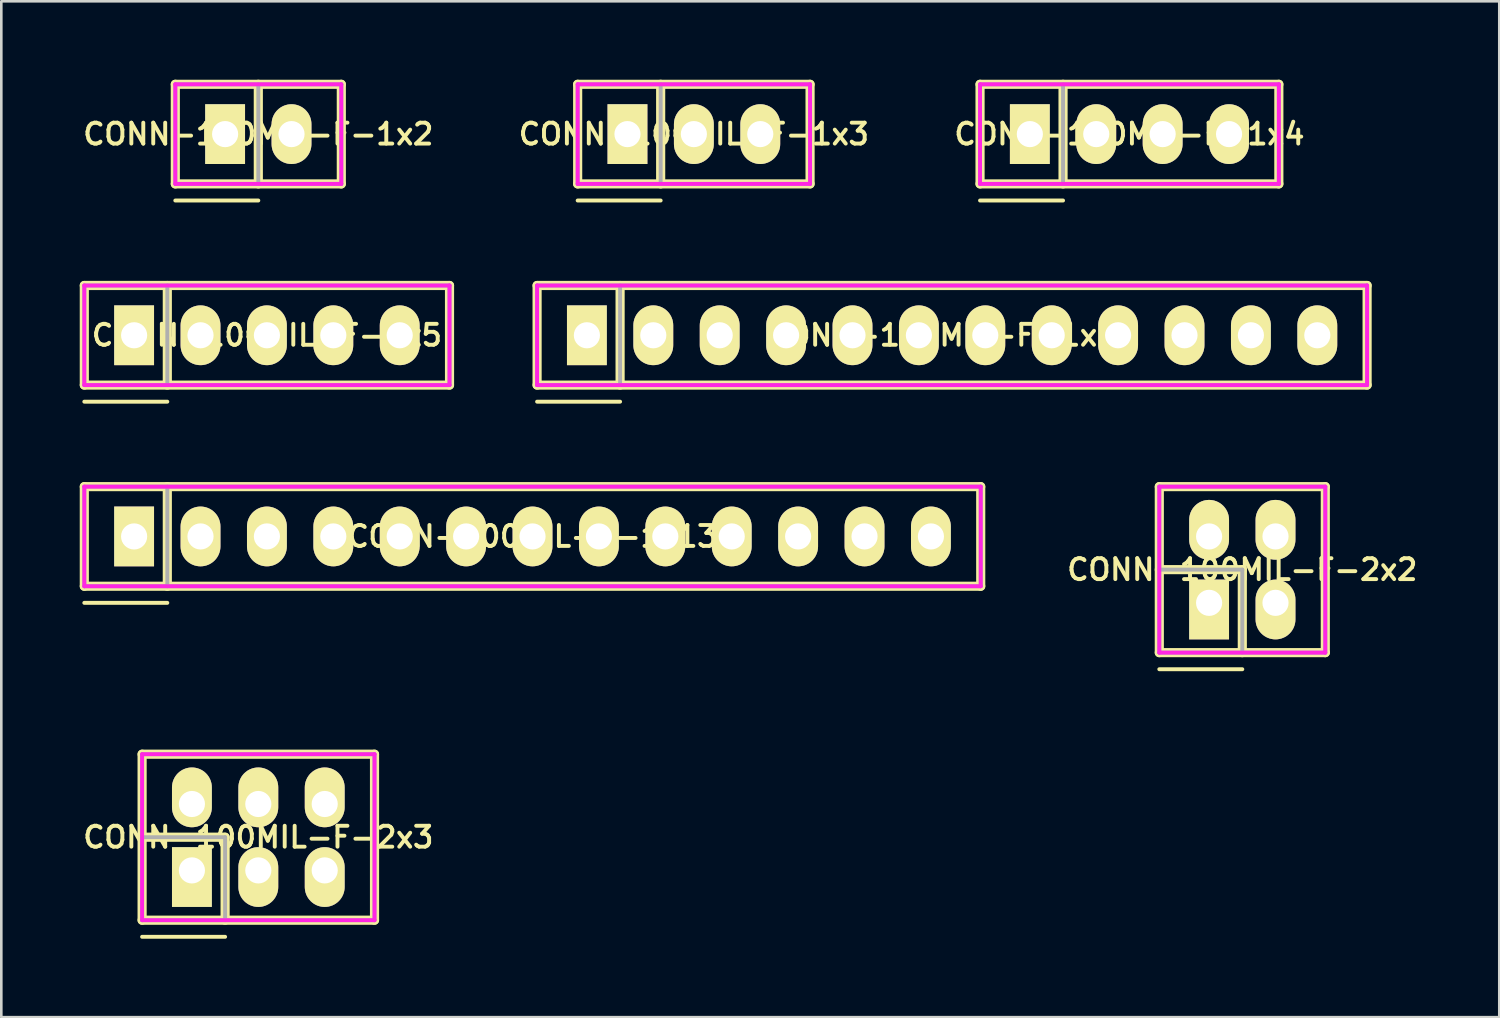
<source format=kicad_pcb>
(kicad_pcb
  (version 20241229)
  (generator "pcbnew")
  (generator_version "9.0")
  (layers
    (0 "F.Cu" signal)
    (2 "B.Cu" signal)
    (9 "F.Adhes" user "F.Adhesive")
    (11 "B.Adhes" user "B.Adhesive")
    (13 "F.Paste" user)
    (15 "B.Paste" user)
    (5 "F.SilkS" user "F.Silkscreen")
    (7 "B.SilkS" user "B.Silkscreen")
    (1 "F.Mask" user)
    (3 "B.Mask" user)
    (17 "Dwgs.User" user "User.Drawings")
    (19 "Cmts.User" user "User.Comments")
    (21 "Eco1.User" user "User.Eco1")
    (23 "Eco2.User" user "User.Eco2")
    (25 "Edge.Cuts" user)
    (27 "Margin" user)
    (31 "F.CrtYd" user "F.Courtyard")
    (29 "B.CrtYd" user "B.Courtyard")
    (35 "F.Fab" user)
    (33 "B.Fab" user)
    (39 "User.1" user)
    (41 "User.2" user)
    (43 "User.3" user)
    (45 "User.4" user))
  (footprint "CONN-100MIL-F-2x2"
    (layer "F.Cu")
    (at 44.471 18.74)
    (property "Reference" "CONN-100MIL-F-2x2" (at 0 0 0) (layer "F.SilkS") (effects (font (size 0.8 0.8) (thickness 0.15))))
    (attr through_hole)
    (fp_line (start -3.175 -3.175) (end 3.175 -3.175) (stroke (width 0.35) (type solid)) (layer "F.SilkS"))
    (fp_line (start -3.175 0) (end 0 0) (stroke (width 0.35) (type solid)) (layer "F.SilkS"))
    (fp_line (start -3.175 3.175) (end -3.175 -3.175) (stroke (width 0.35) (type solid)) (layer "F.SilkS"))
    (fp_line (start -3.175 3.81) (end 0 3.81) (stroke (width 0.15) (type solid)) (layer "F.SilkS"))
    (fp_line (start 0 0) (end 0 3.175) (stroke (width 0.35) (type solid)) (layer "F.SilkS"))
    (fp_line (start 3.175 -3.175) (end 3.175 3.175) (stroke (width 0.35) (type solid)) (layer "F.SilkS"))
    (fp_line (start 3.175 3.175) (end -3.175 3.175) (stroke (width 0.35) (type solid)) (layer "F.SilkS"))
    (fp_line (start -3.175 -3.175) (end 3.175 -3.175) (stroke (width 0.15) (type solid)) (layer "F.CrtYd"))
    (fp_line (start -3.175 3.175) (end -3.175 -3.175) (stroke (width 0.15) (type solid)) (layer "F.CrtYd"))
    (fp_line (start 3.175 -3.175) (end 3.175 3.175) (stroke (width 0.15) (type solid)) (layer "F.CrtYd"))
    (fp_line (start 3.175 3.175) (end -3.175 3.175) (stroke (width 0.15) (type solid)) (layer "F.CrtYd"))
    (fp_line (start -3.175 -3.175) (end 3.175 -3.175) (stroke (width 0.15) (type solid)) (layer "F.Fab"))
    (fp_line (start -3.175 0) (end 0 0) (stroke (width 0.15) (type solid)) (layer "F.Fab"))
    (fp_line (start -3.175 3.175) (end -3.175 -3.175) (stroke (width 0.15) (type solid)) (layer "F.Fab"))
    (fp_line (start 0 0) (end 0 3.175) (stroke (width 0.15) (type solid)) (layer "F.Fab"))
    (fp_line (start 3.175 -3.175) (end 3.175 3.175) (stroke (width 0.15) (type solid)) (layer "F.Fab"))
    (fp_line (start 3.175 3.175) (end -3.175 3.175) (stroke (width 0.15) (type solid)) (layer "F.Fab"))
    (pad "1" thru_hole rect (at -1.27 1.27) (size 1.524 2.286) (drill 1 (offset 0 0.254)) (layers "*.Cu" "*.Mask" "F.SilkS"))
    (pad "2" thru_hole oval (at -1.27 -1.27) (size 1.524 2.286) (drill 1 (offset 0 -0.254)) (layers "*.Cu" "*.Mask" "F.SilkS"))
    (pad "3" thru_hole oval (at 1.27 1.27) (size 1.524 2.286) (drill 1 (offset 0 0.254)) (layers "*.Cu" "*.Mask" "F.SilkS"))
    (pad "4" thru_hole oval (at 1.27 -1.27) (size 1.524 2.286) (drill 1 (offset 0 -0.254)) (layers "*.Cu" "*.Mask" "F.SilkS")))
  (footprint "CONN-100MIL-F-1x4"
    (layer "F.Cu")
    (at 40.154 2.08)
    (property "Reference" "CONN-100MIL-F-1x4" (at 0 0 0) (layer "F.SilkS") (effects (font (size 0.8 0.8) (thickness 0.15))))
    (attr through_hole)
    (fp_line (start -5.715 -1.905) (end 5.715 -1.905) (stroke (width 0.35) (type solid)) (layer "F.SilkS"))
    (fp_line (start -5.715 1.905) (end -5.715 -1.905) (stroke (width 0.35) (type solid)) (layer "F.SilkS"))
    (fp_line (start -5.715 2.54) (end -2.54 2.54) (stroke (width 0.15) (type solid)) (layer "F.SilkS"))
    (fp_line (start -2.54 -1.905) (end -2.54 1.905) (stroke (width 0.35) (type solid)) (layer "F.SilkS"))
    (fp_line (start 5.715 -1.905) (end 5.715 1.905) (stroke (width 0.35) (type solid)) (layer "F.SilkS"))
    (fp_line (start 5.715 1.905) (end -5.715 1.905) (stroke (width 0.35) (type solid)) (layer "F.SilkS"))
    (fp_line (start -5.715 -1.905) (end 5.715 -1.905) (stroke (width 0.15) (type solid)) (layer "F.CrtYd"))
    (fp_line (start -5.715 1.905) (end -5.715 -1.905) (stroke (width 0.15) (type solid)) (layer "F.CrtYd"))
    (fp_line (start 5.715 -1.905) (end 5.715 1.905) (stroke (width 0.15) (type solid)) (layer "F.CrtYd"))
    (fp_line (start 5.715 1.905) (end -5.715 1.905) (stroke (width 0.15) (type solid)) (layer "F.CrtYd"))
    (fp_line (start -5.715 -1.905) (end 5.715 -1.905) (stroke (width 0.15) (type solid)) (layer "F.Fab"))
    (fp_line (start -5.715 1.905) (end -5.715 -1.905) (stroke (width 0.15) (type solid)) (layer "F.Fab"))
    (fp_line (start -2.54 -1.905) (end -2.54 1.905) (stroke (width 0.15) (type solid)) (layer "F.Fab"))
    (fp_line (start 5.715 -1.905) (end 5.715 1.905) (stroke (width 0.15) (type solid)) (layer "F.Fab"))
    (fp_line (start 5.715 1.905) (end -5.715 1.905) (stroke (width 0.15) (type solid)) (layer "F.Fab"))
    (pad "1" thru_hole rect (at -3.81 0) (size 1.524 2.286) (drill 1) (layers "*.Cu" "*.Mask" "F.SilkS"))
    (pad "2" thru_hole oval (at -1.27 0) (size 1.524 2.286) (drill 1) (layers "*.Cu" "*.Mask" "F.SilkS"))
    (pad "3" thru_hole oval (at 1.27 0) (size 1.524 2.286) (drill 1) (layers "*.Cu" "*.Mask" "F.SilkS"))
    (pad "4" thru_hole oval (at 3.81 0) (size 1.524 2.286) (drill 1) (layers "*.Cu" "*.Mask" "F.SilkS")))
  (footprint "CONN-100MIL-F-1x2"
    (layer "F.Cu")
    (at 6.831 2.08)
    (property "Reference" "CONN-100MIL-F-1x2" (at 0 0 0) (layer "F.SilkS") (effects (font (size 0.8 0.8) (thickness 0.15))))
    (attr through_hole)
    (fp_line (start -3.175 -1.905) (end 3.175 -1.905) (stroke (width 0.35) (type solid)) (layer "F.SilkS"))
    (fp_line (start -3.175 1.905) (end -3.175 -1.905) (stroke (width 0.35) (type solid)) (layer "F.SilkS"))
    (fp_line (start -3.175 2.54) (end 0 2.54) (stroke (width 0.15) (type solid)) (layer "F.SilkS"))
    (fp_line (start 0 -1.905) (end 0 1.905) (stroke (width 0.35) (type solid)) (layer "F.SilkS"))
    (fp_line (start 3.175 -1.905) (end 3.175 1.905) (stroke (width 0.35) (type solid)) (layer "F.SilkS"))
    (fp_line (start 3.175 1.905) (end -3.175 1.905) (stroke (width 0.35) (type solid)) (layer "F.SilkS"))
    (fp_line (start -3.175 -1.905) (end 3.175 -1.905) (stroke (width 0.15) (type solid)) (layer "F.CrtYd"))
    (fp_line (start -3.175 1.905) (end -3.175 -1.905) (stroke (width 0.15) (type solid)) (layer "F.CrtYd"))
    (fp_line (start 3.175 -1.905) (end 3.175 1.905) (stroke (width 0.15) (type solid)) (layer "F.CrtYd"))
    (fp_line (start 3.175 1.905) (end -3.175 1.905) (stroke (width 0.15) (type solid)) (layer "F.CrtYd"))
    (fp_line (start -3.175 -1.905) (end 3.175 -1.905) (stroke (width 0.15) (type solid)) (layer "F.Fab"))
    (fp_line (start -3.175 1.905) (end -3.175 -1.905) (stroke (width 0.15) (type solid)) (layer "F.Fab"))
    (fp_line (start 0 -1.905) (end 0 1.905) (stroke (width 0.15) (type solid)) (layer "F.Fab"))
    (fp_line (start 3.175 -1.905) (end 3.175 1.905) (stroke (width 0.15) (type solid)) (layer "F.Fab"))
    (fp_line (start 3.175 1.905) (end -3.175 1.905) (stroke (width 0.15) (type solid)) (layer "F.Fab"))
    (pad "1" thru_hole rect (at -1.27 0) (size 1.524 2.286) (drill 1) (layers "*.Cu" "*.Mask" "F.SilkS"))
    (pad "2" thru_hole oval (at 1.27 0) (size 1.524 2.286) (drill 1) (layers "*.Cu" "*.Mask" "F.SilkS")))
  (footprint "CONN-100MIL-F-1x5"
    (layer "F.Cu")
    (at 7.16 9.775)
    (property "Reference" "CONN-100MIL-F-1x5" (at 0 0 0) (layer "F.SilkS") (effects (font (size 0.8 0.8) (thickness 0.15))))
    (attr through_hole)
    (fp_line (start -6.985 -1.905) (end 6.985 -1.905) (stroke (width 0.35) (type solid)) (layer "F.SilkS"))
    (fp_line (start -6.985 1.905) (end -6.985 -1.905) (stroke (width 0.35) (type solid)) (layer "F.SilkS"))
    (fp_line (start -6.985 2.54) (end -3.81 2.54) (stroke (width 0.15) (type solid)) (layer "F.SilkS"))
    (fp_line (start -3.81 -1.905) (end -3.81 1.905) (stroke (width 0.35) (type solid)) (layer "F.SilkS"))
    (fp_line (start 6.985 -1.905) (end 6.985 1.905) (stroke (width 0.35) (type solid)) (layer "F.SilkS"))
    (fp_line (start 6.985 1.905) (end -6.985 1.905) (stroke (width 0.35) (type solid)) (layer "F.SilkS"))
    (fp_line (start -6.985 -1.905) (end 6.985 -1.905) (stroke (width 0.15) (type solid)) (layer "F.CrtYd"))
    (fp_line (start -6.985 1.905) (end -6.985 -1.905) (stroke (width 0.15) (type solid)) (layer "F.CrtYd"))
    (fp_line (start 6.985 -1.905) (end 6.985 1.905) (stroke (width 0.15) (type solid)) (layer "F.CrtYd"))
    (fp_line (start 6.985 1.905) (end -6.985 1.905) (stroke (width 0.15) (type solid)) (layer "F.CrtYd"))
    (fp_line (start -6.985 -1.905) (end 6.985 -1.905) (stroke (width 0.15) (type solid)) (layer "F.Fab"))
    (fp_line (start -6.985 1.905) (end -6.985 -1.905) (stroke (width 0.15) (type solid)) (layer "F.Fab"))
    (fp_line (start -3.81 -1.905) (end -3.81 1.905) (stroke (width 0.15) (type solid)) (layer "F.Fab"))
    (fp_line (start 6.985 -1.905) (end 6.985 1.905) (stroke (width 0.15) (type solid)) (layer "F.Fab"))
    (fp_line (start 6.985 1.905) (end -6.985 1.905) (stroke (width 0.15) (type solid)) (layer "F.Fab"))
    (pad "1" thru_hole rect (at -5.08 0) (size 1.524 2.286) (drill 1) (layers "*.Cu" "*.Mask" "F.SilkS"))
    (pad "2" thru_hole oval (at -2.54 0) (size 1.524 2.286) (drill 1) (layers "*.Cu" "*.Mask" "F.SilkS"))
    (pad "3" thru_hole oval (at 0 0) (size 1.524 2.286) (drill 1) (layers "*.Cu" "*.Mask" "F.SilkS"))
    (pad "4" thru_hole oval (at 2.54 0) (size 1.524 2.286) (drill 1) (layers "*.Cu" "*.Mask" "F.SilkS"))
    (pad "5" thru_hole oval (at 5.08 0) (size 1.524 2.286) (drill 1) (layers "*.Cu" "*.Mask" "F.SilkS")))
  (footprint "CONN-100MIL-F-2x3"
    (layer "F.Cu")
    (at 6.831 28.975)
    (property "Reference" "CONN-100MIL-F-2x3" (at 0 0 0) (layer "F.SilkS") (effects (font (size 0.8 0.8) (thickness 0.15))))
    (attr through_hole)
    (fp_line (start -4.445 -3.175) (end 4.445 -3.175) (stroke (width 0.35) (type solid)) (layer "F.SilkS"))
    (fp_line (start -4.445 0) (end -1.27 0) (stroke (width 0.35) (type solid)) (layer "F.SilkS"))
    (fp_line (start -4.445 3.175) (end -4.445 -3.175) (stroke (width 0.35) (type solid)) (layer "F.SilkS"))
    (fp_line (start -4.445 3.81) (end -1.27 3.81) (stroke (width 0.15) (type solid)) (layer "F.SilkS"))
    (fp_line (start -1.27 0) (end -1.27 3.175) (stroke (width 0.35) (type solid)) (layer "F.SilkS"))
    (fp_line (start 4.445 -3.175) (end 4.445 3.175) (stroke (width 0.35) (type solid)) (layer "F.SilkS"))
    (fp_line (start 4.445 3.175) (end -4.445 3.175) (stroke (width 0.35) (type solid)) (layer "F.SilkS"))
    (fp_line (start -4.445 -3.175) (end 4.445 -3.175) (stroke (width 0.15) (type solid)) (layer "F.CrtYd"))
    (fp_line (start -4.445 3.175) (end -4.445 -3.175) (stroke (width 0.15) (type solid)) (layer "F.CrtYd"))
    (fp_line (start 4.445 -3.175) (end 4.445 3.175) (stroke (width 0.15) (type solid)) (layer "F.CrtYd"))
    (fp_line (start 4.445 3.175) (end -4.445 3.175) (stroke (width 0.15) (type solid)) (layer "F.CrtYd"))
    (fp_line (start -4.445 -3.175) (end 4.445 -3.175) (stroke (width 0.15) (type solid)) (layer "F.Fab"))
    (fp_line (start -4.445 0) (end -1.27 0) (stroke (width 0.15) (type solid)) (layer "F.Fab"))
    (fp_line (start -4.445 3.175) (end -4.445 -3.175) (stroke (width 0.15) (type solid)) (layer "F.Fab"))
    (fp_line (start -1.27 0) (end -1.27 3.175) (stroke (width 0.15) (type solid)) (layer "F.Fab"))
    (fp_line (start 4.445 -3.175) (end 4.445 3.175) (stroke (width 0.15) (type solid)) (layer "F.Fab"))
    (fp_line (start 4.445 3.175) (end -4.445 3.175) (stroke (width 0.15) (type solid)) (layer "F.Fab"))
    (pad "1" thru_hole rect (at -2.54 1.27) (size 1.524 2.286) (drill 1 (offset 0 0.254)) (layers "*.Cu" "*.Mask" "F.SilkS"))
    (pad "2" thru_hole oval (at -2.54 -1.27) (size 1.524 2.286) (drill 1 (offset 0 -0.254)) (layers "*.Cu" "*.Mask" "F.SilkS"))
    (pad "3" thru_hole oval (at 0 1.27) (size 1.524 2.286) (drill 1 (offset 0 0.254)) (layers "*.Cu" "*.Mask" "F.SilkS"))
    (pad "4" thru_hole oval (at 0 -1.27) (size 1.524 2.286) (drill 1 (offset 0 -0.254)) (layers "*.Cu" "*.Mask" "F.SilkS"))
    (pad "5" thru_hole oval (at 2.54 1.27) (size 1.524 2.286) (drill 1 (offset 0 0.254)) (layers "*.Cu" "*.Mask" "F.SilkS"))
    (pad "6" thru_hole oval (at 2.54 -1.27) (size 1.524 2.286) (drill 1 (offset 0 -0.254)) (layers "*.Cu" "*.Mask" "F.SilkS")))
  (footprint "CONN-100MIL-F-1x12"
    (layer "F.Cu")
    (at 33.37 9.775)
    (property "Reference" "CONN-100MIL-F-1x12" (at 0 0 0) (layer "F.SilkS") (effects (font (size 0.8 0.8) (thickness 0.15))))
    (attr through_hole)
    (fp_line (start -15.875 -1.905) (end 15.875 -1.905) (stroke (width 0.35) (type solid)) (layer "F.SilkS"))
    (fp_line (start -15.875 1.905) (end -15.875 -1.905) (stroke (width 0.35) (type solid)) (layer "F.SilkS"))
    (fp_line (start -15.875 2.54) (end -12.7 2.54) (stroke (width 0.15) (type solid)) (layer "F.SilkS"))
    (fp_line (start -12.7 -1.905) (end -12.7 1.905) (stroke (width 0.35) (type solid)) (layer "F.SilkS"))
    (fp_line (start 15.875 -1.905) (end 15.875 1.905) (stroke (width 0.35) (type solid)) (layer "F.SilkS"))
    (fp_line (start 15.875 1.905) (end -15.875 1.905) (stroke (width 0.35) (type solid)) (layer "F.SilkS"))
    (fp_line (start -15.875 -1.905) (end 15.875 -1.905) (stroke (width 0.15) (type solid)) (layer "F.CrtYd"))
    (fp_line (start -15.875 1.905) (end -15.875 -1.905) (stroke (width 0.15) (type solid)) (layer "F.CrtYd"))
    (fp_line (start 15.875 -1.905) (end 15.875 1.905) (stroke (width 0.15) (type solid)) (layer "F.CrtYd"))
    (fp_line (start 15.875 1.905) (end -15.875 1.905) (stroke (width 0.15) (type solid)) (layer "F.CrtYd"))
    (fp_line (start -15.875 -1.905) (end 15.875 -1.905) (stroke (width 0.15) (type solid)) (layer "F.Fab"))
    (fp_line (start -15.875 1.905) (end -15.875 -1.905) (stroke (width 0.15) (type solid)) (layer "F.Fab"))
    (fp_line (start -12.7 -1.905) (end -12.7 1.905) (stroke (width 0.15) (type solid)) (layer "F.Fab"))
    (fp_line (start 15.875 -1.905) (end 15.875 1.905) (stroke (width 0.15) (type solid)) (layer "F.Fab"))
    (fp_line (start 15.875 1.905) (end -15.875 1.905) (stroke (width 0.15) (type solid)) (layer "F.Fab"))
    (pad "1" thru_hole rect (at -13.97 0) (size 1.524 2.286) (drill 1) (layers "*.Cu" "*.Mask" "F.SilkS"))
    (pad "2" thru_hole oval (at -11.43 0) (size 1.524 2.286) (drill 1) (layers "*.Cu" "*.Mask" "F.SilkS"))
    (pad "3" thru_hole oval (at -8.89 0) (size 1.524 2.286) (drill 1) (layers "*.Cu" "*.Mask" "F.SilkS"))
    (pad "4" thru_hole oval (at -6.35 0) (size 1.524 2.286) (drill 1) (layers "*.Cu" "*.Mask" "F.SilkS"))
    (pad "5" thru_hole oval (at -3.81 0) (size 1.524 2.286) (drill 1) (layers "*.Cu" "*.Mask" "F.SilkS"))
    (pad "6" thru_hole oval (at -1.27 0) (size 1.524 2.286) (drill 1) (layers "*.Cu" "*.Mask" "F.SilkS"))
    (pad "7" thru_hole oval (at 1.27 0) (size 1.524 2.286) (drill 1) (layers "*.Cu" "*.Mask" "F.SilkS"))
    (pad "8" thru_hole oval (at 3.81 0) (size 1.524 2.286) (drill 1) (layers "*.Cu" "*.Mask" "F.SilkS"))
    (pad "9" thru_hole oval (at 6.35 0) (size 1.524 2.286) (drill 1) (layers "*.Cu" "*.Mask" "F.SilkS"))
    (pad "10" thru_hole oval (at 8.89 0) (size 1.524 2.286) (drill 1) (layers "*.Cu" "*.Mask" "F.SilkS"))
    (pad "11" thru_hole oval (at 11.43 0) (size 1.524 2.286) (drill 1) (layers "*.Cu" "*.Mask" "F.SilkS"))
    (pad "12" thru_hole oval (at 13.97 0) (size 1.524 2.286) (drill 1) (layers "*.Cu" "*.Mask" "F.SilkS")))
  (footprint "CONN-100MIL-F-1x13"
    (layer "F.Cu")
    (at 17.32 17.47)
    (property "Reference" "CONN-100MIL-F-1x13" (at 0 0 0) (layer "F.SilkS") (effects (font (size 0.8 0.8) (thickness 0.15))))
    (attr through_hole)
    (fp_line (start -17.145 -1.905) (end 17.145 -1.905) (stroke (width 0.35) (type solid)) (layer "F.SilkS"))
    (fp_line (start -17.145 1.905) (end -17.145 -1.905) (stroke (width 0.35) (type solid)) (layer "F.SilkS"))
    (fp_line (start -17.145 2.54) (end -13.97 2.54) (stroke (width 0.15) (type solid)) (layer "F.SilkS"))
    (fp_line (start -13.97 -1.905) (end -13.97 1.905) (stroke (width 0.35) (type solid)) (layer "F.SilkS"))
    (fp_line (start 17.145 -1.905) (end 17.145 1.905) (stroke (width 0.35) (type solid)) (layer "F.SilkS"))
    (fp_line (start 17.145 1.905) (end -17.145 1.905) (stroke (width 0.35) (type solid)) (layer "F.SilkS"))
    (fp_line (start -17.145 -1.905) (end 17.145 -1.905) (stroke (width 0.15) (type solid)) (layer "F.CrtYd"))
    (fp_line (start -17.145 1.905) (end -17.145 -1.905) (stroke (width 0.15) (type solid)) (layer "F.CrtYd"))
    (fp_line (start 17.145 -1.905) (end 17.145 1.905) (stroke (width 0.15) (type solid)) (layer "F.CrtYd"))
    (fp_line (start 17.145 1.905) (end -17.145 1.905) (stroke (width 0.15) (type solid)) (layer "F.CrtYd"))
    (fp_line (start -17.145 -1.905) (end 17.145 -1.905) (stroke (width 0.15) (type solid)) (layer "F.Fab"))
    (fp_line (start -17.145 1.905) (end -17.145 -1.905) (stroke (width 0.15) (type solid)) (layer "F.Fab"))
    (fp_line (start -13.97 -1.905) (end -13.97 1.905) (stroke (width 0.15) (type solid)) (layer "F.Fab"))
    (fp_line (start 17.145 -1.905) (end 17.145 1.905) (stroke (width 0.15) (type solid)) (layer "F.Fab"))
    (fp_line (start 17.145 1.905) (end -17.145 1.905) (stroke (width 0.15) (type solid)) (layer "F.Fab"))
    (pad "1" thru_hole rect (at -15.24 0) (size 1.524 2.286) (drill 1) (layers "*.Cu" "*.Mask" "F.SilkS"))
    (pad "2" thru_hole oval (at -12.7 0) (size 1.524 2.286) (drill 1) (layers "*.Cu" "*.Mask" "F.SilkS"))
    (pad "3" thru_hole oval (at -10.16 0) (size 1.524 2.286) (drill 1) (layers "*.Cu" "*.Mask" "F.SilkS"))
    (pad "4" thru_hole oval (at -7.62 0) (size 1.524 2.286) (drill 1) (layers "*.Cu" "*.Mask" "F.SilkS"))
    (pad "5" thru_hole oval (at -5.08 0) (size 1.524 2.286) (drill 1) (layers "*.Cu" "*.Mask" "F.SilkS"))
    (pad "6" thru_hole oval (at -2.54 0) (size 1.524 2.286) (drill 1) (layers "*.Cu" "*.Mask" "F.SilkS"))
    (pad "7" thru_hole oval (at 0 0) (size 1.524 2.286) (drill 1) (layers "*.Cu" "*.Mask" "F.SilkS"))
    (pad "8" thru_hole oval (at 2.54 0) (size 1.524 2.286) (drill 1) (layers "*.Cu" "*.Mask" "F.SilkS"))
    (pad "9" thru_hole oval (at 5.08 0) (size 1.524 2.286) (drill 1) (layers "*.Cu" "*.Mask" "F.SilkS"))
    (pad "10" thru_hole oval (at 7.62 0) (size 1.524 2.286) (drill 1) (layers "*.Cu" "*.Mask" "F.SilkS"))
    (pad "11" thru_hole oval (at 10.16 0) (size 1.524 2.286) (drill 1) (layers "*.Cu" "*.Mask" "F.SilkS"))
    (pad "12" thru_hole oval (at 12.7 0) (size 1.524 2.286) (drill 1) (layers "*.Cu" "*.Mask" "F.SilkS"))
    (pad "13" thru_hole oval (at 15.24 0) (size 1.524 2.286) (drill 1) (layers "*.Cu" "*.Mask" "F.SilkS")))
  (footprint "CONN-100MIL-F-1x3"
    (layer "F.Cu")
    (at 23.492 2.08)
    (property "Reference" "CONN-100MIL-F-1x3" (at 0 0 0) (layer "F.SilkS") (effects (font (size 0.8 0.8) (thickness 0.15))))
    (attr through_hole)
    (fp_line (start -4.445 -1.905) (end 4.445 -1.905) (stroke (width 0.35) (type solid)) (layer "F.SilkS"))
    (fp_line (start -4.445 1.905) (end -4.445 -1.905) (stroke (width 0.35) (type solid)) (layer "F.SilkS"))
    (fp_line (start -4.445 2.54) (end -1.27 2.54) (stroke (width 0.15) (type solid)) (layer "F.SilkS"))
    (fp_line (start -1.27 -1.905) (end -1.27 1.905) (stroke (width 0.35) (type solid)) (layer "F.SilkS"))
    (fp_line (start 4.445 -1.905) (end 4.445 1.905) (stroke (width 0.35) (type solid)) (layer "F.SilkS"))
    (fp_line (start 4.445 1.905) (end -4.445 1.905) (stroke (width 0.35) (type solid)) (layer "F.SilkS"))
    (fp_line (start -4.445 -1.905) (end 4.445 -1.905) (stroke (width 0.15) (type solid)) (layer "F.CrtYd"))
    (fp_line (start -4.445 1.905) (end -4.445 -1.905) (stroke (width 0.15) (type solid)) (layer "F.CrtYd"))
    (fp_line (start 4.445 -1.905) (end 4.445 1.905) (stroke (width 0.15) (type solid)) (layer "F.CrtYd"))
    (fp_line (start 4.445 1.905) (end -4.445 1.905) (stroke (width 0.15) (type solid)) (layer "F.CrtYd"))
    (fp_line (start -4.445 -1.905) (end 4.445 -1.905) (stroke (width 0.15) (type solid)) (layer "F.Fab"))
    (fp_line (start -4.445 1.905) (end -4.445 -1.905) (stroke (width 0.15) (type solid)) (layer "F.Fab"))
    (fp_line (start -1.27 -1.905) (end -1.27 1.905) (stroke (width 0.15) (type solid)) (layer "F.Fab"))
    (fp_line (start 4.445 -1.905) (end 4.445 1.905) (stroke (width 0.15) (type solid)) (layer "F.Fab"))
    (fp_line (start 4.445 1.905) (end -4.445 1.905) (stroke (width 0.15) (type solid)) (layer "F.Fab"))
    (pad "1" thru_hole rect (at -2.54 0) (size 1.524 2.286) (drill 1) (layers "*.Cu" "*.Mask" "F.SilkS"))
    (pad "2" thru_hole oval (at 0 0) (size 1.524 2.286) (drill 1) (layers "*.Cu" "*.Mask" "F.SilkS"))
    (pad "3" thru_hole oval (at 2.54 0) (size 1.524 2.286) (drill 1) (layers "*.Cu" "*.Mask" "F.SilkS")))
  (gr_rect
    (start -3 -3)
    (end 54.301 35.86)
    (stroke (width 0.1) (type default))
    (fill no)
    (layer "Edge.Cuts")))
</source>
